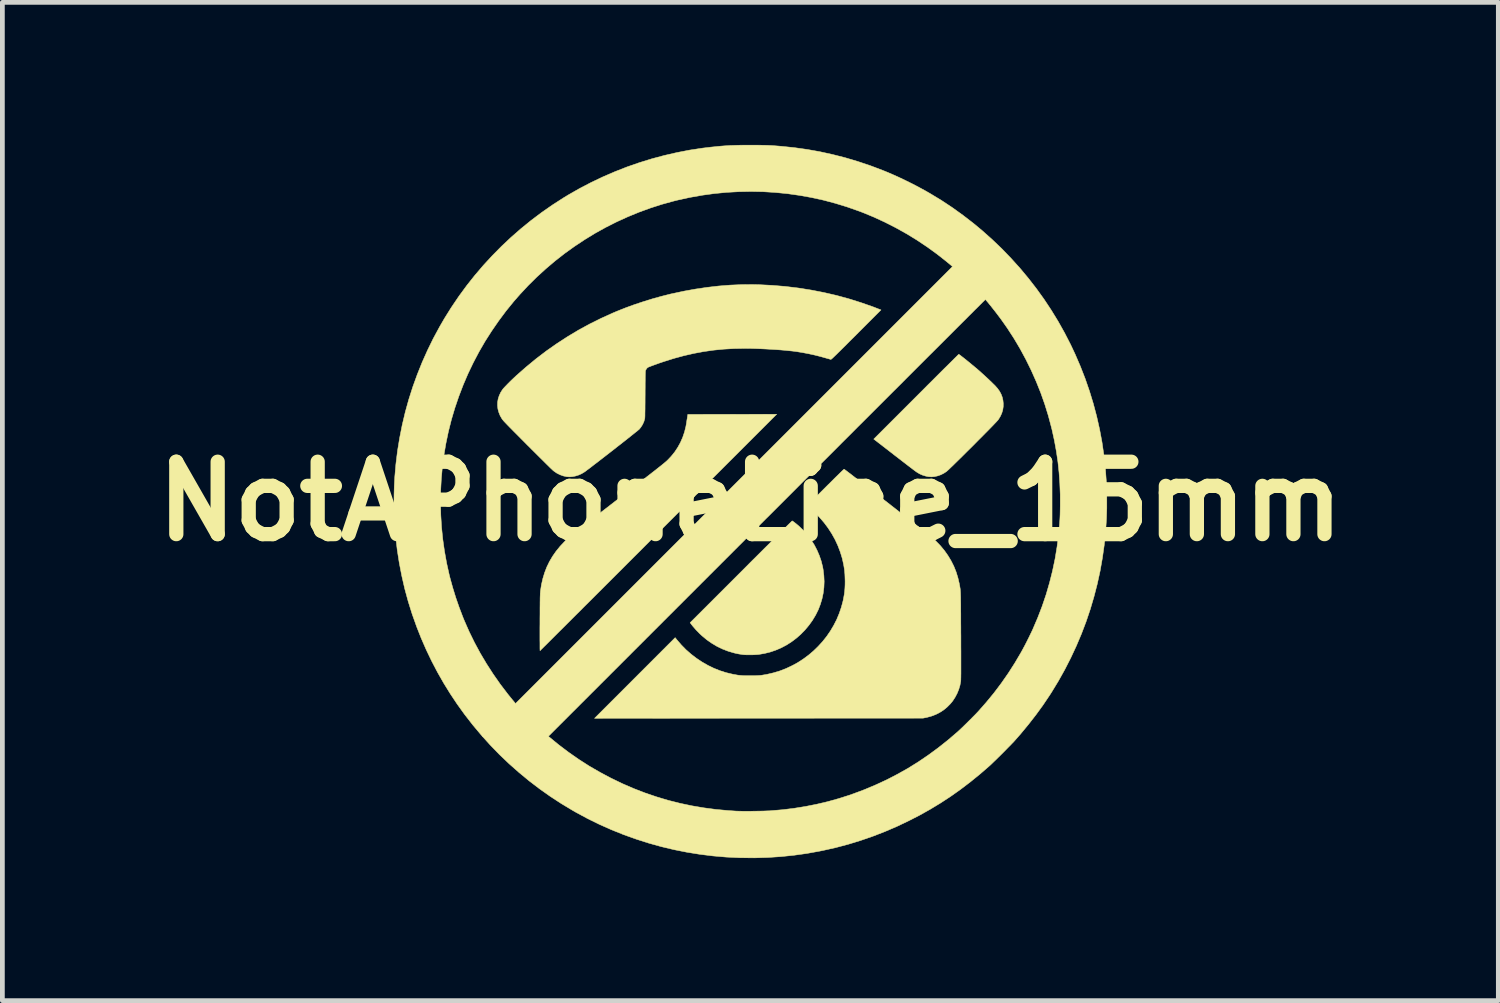
<source format=kicad_pcb>
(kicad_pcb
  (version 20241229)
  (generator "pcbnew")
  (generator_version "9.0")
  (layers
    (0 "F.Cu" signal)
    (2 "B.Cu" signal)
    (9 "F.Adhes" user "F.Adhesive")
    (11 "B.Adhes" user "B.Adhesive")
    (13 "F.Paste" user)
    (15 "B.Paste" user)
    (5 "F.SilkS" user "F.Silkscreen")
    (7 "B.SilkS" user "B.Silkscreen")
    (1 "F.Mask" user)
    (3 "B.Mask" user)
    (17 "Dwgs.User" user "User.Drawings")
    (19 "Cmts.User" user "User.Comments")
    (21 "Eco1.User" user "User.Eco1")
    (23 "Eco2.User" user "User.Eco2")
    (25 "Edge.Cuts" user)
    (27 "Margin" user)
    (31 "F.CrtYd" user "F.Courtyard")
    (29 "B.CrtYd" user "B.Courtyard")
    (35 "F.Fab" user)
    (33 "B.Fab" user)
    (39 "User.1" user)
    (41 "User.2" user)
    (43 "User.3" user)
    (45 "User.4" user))
  (footprint "NotAPhoneLine_15mm"
    (layer "F.Cu")
    (at 12.744 7.503)
    (property "Reference" "NotAPhoneLine_15mm" (at 0 0 0) (layer "F.SilkS") (effects (font (size 1.524 1.524) (thickness 0.3))))
    (attr through_hole)
    (fp_poly (pts (xy 0.886 0.414) (xy 0.899 0.422) (xy 0.918 0.436) (xy 0.94 0.453) (xy 0.964 0.472) (xy 0.989 0.493) (xy 1.013 0.513) (xy 1.035 0.533) (xy 1.124 0.619) (xy 1.205 0.712) (xy 1.279 0.811) (xy 1.345 0.916) (xy 1.402 1.026) (xy 1.451 1.14) (xy 1.491 1.257) (xy 1.521 1.376) (xy 1.532 1.437) (xy 1.547 1.563) (xy 1.553 1.687) (xy 1.548 1.81) (xy 1.533 1.932) (xy 1.508 2.051) (xy 1.473 2.167) (xy 1.429 2.281) (xy 1.374 2.392) (xy 1.31 2.498) (xy 1.307 2.504) (xy 1.231 2.609) (xy 1.148 2.708) (xy 1.059 2.799) (xy 0.964 2.882) (xy 0.864 2.957) (xy 0.759 3.024) (xy 0.649 3.082) (xy 0.535 3.131) (xy 0.418 3.171) (xy 0.297 3.201) (xy 0.174 3.222) (xy 0.163 3.223) (xy 0.137 3.225) (xy 0.102 3.227) (xy 0.063 3.229) (xy 0.02 3.23) (xy -0.023 3.23) (xy -0.064 3.23) (xy -0.1 3.229) (xy -0.129 3.228) (xy -0.138 3.227) (xy -0.166 3.224) (xy -0.202 3.218) (xy -0.242 3.212) (xy -0.282 3.204) (xy -0.319 3.196) (xy -0.347 3.189) (xy -0.469 3.153) (xy -0.588 3.107) (xy -0.702 3.052) (xy -0.811 2.987) (xy -0.916 2.914) (xy -1.016 2.831) (xy -1.069 2.782) (xy -1.143 2.706) (xy -1.208 2.631) (xy -1.241 2.59) (xy -1.268 2.553) (xy -0.196 1.482) (xy -0.108 1.394) (xy -0.022 1.307) (xy 0.062 1.223) (xy 0.144 1.142) (xy 0.223 1.063) (xy 0.299 0.987) (xy 0.372 0.915) (xy 0.441 0.846) (xy 0.506 0.781) (xy 0.566 0.72) (xy 0.623 0.664) (xy 0.674 0.613) (xy 0.721 0.567) (xy 0.762 0.526) (xy 0.797 0.491) (xy 0.827 0.462) (xy 0.85 0.439) (xy 0.867 0.423) (xy 0.877 0.413) (xy 0.88 0.41) (xy 0.886 0.414)) (stroke (width 0.01) (type solid)) (fill yes) (layer "F.SilkS"))
    (fp_poly (pts (xy 4.392 -3.093) (xy 4.406 -3.083) (xy 4.425 -3.069) (xy 4.45 -3.049) (xy 4.48 -3.026) (xy 4.513 -3) (xy 4.549 -2.971) (xy 4.587 -2.94) (xy 4.627 -2.908) (xy 4.666 -2.875) (xy 4.705 -2.843) (xy 4.743 -2.811) (xy 4.779 -2.781) (xy 4.811 -2.753) (xy 4.84 -2.728) (xy 4.844 -2.724) (xy 4.879 -2.692) (xy 4.918 -2.657) (xy 4.958 -2.62) (xy 4.998 -2.583) (xy 5.037 -2.546) (xy 5.074 -2.511) (xy 5.106 -2.479) (xy 5.134 -2.452) (xy 5.151 -2.435) (xy 5.203 -2.376) (xy 5.245 -2.317) (xy 5.277 -2.257) (xy 5.301 -2.195) (xy 5.316 -2.131) (xy 5.323 -2.063) (xy 5.322 -1.992) (xy 5.312 -1.923) (xy 5.292 -1.858) (xy 5.263 -1.793) (xy 5.224 -1.729) (xy 5.216 -1.717) (xy 5.208 -1.707) (xy 5.193 -1.691) (xy 5.172 -1.668) (xy 5.145 -1.64) (xy 5.113 -1.606) (xy 5.076 -1.568) (xy 5.035 -1.526) (xy 4.99 -1.48) (xy 4.941 -1.431) (xy 4.891 -1.38) (xy 4.838 -1.327) (xy 4.783 -1.272) (xy 4.728 -1.216) (xy 4.672 -1.16) (xy 4.616 -1.104) (xy 4.56 -1.049) (xy 4.506 -0.995) (xy 4.453 -0.942) (xy 4.402 -0.892) (xy 4.354 -0.845) (xy 4.309 -0.801) (xy 4.268 -0.76) (xy 4.231 -0.725) (xy 4.199 -0.694) (xy 4.172 -0.668) (xy 4.151 -0.649) (xy 4.136 -0.636) (xy 4.131 -0.631) (xy 4.072 -0.592) (xy 4.009 -0.56) (xy 3.944 -0.537) (xy 3.878 -0.522) (xy 3.812 -0.516) (xy 3.748 -0.52) (xy 3.748 -0.52) (xy 3.686 -0.533) (xy 3.622 -0.553) (xy 3.561 -0.58) (xy 3.506 -0.613) (xy 3.505 -0.613) (xy 3.496 -0.62) (xy 3.483 -0.629) (xy 3.468 -0.64) (xy 3.448 -0.655) (xy 3.425 -0.672) (xy 3.398 -0.693) (xy 3.365 -0.718) (xy 3.328 -0.746) (xy 3.285 -0.779) (xy 3.236 -0.817) (xy 3.18 -0.86) (xy 3.118 -0.908) (xy 3.049 -0.961) (xy 2.972 -1.021) (xy 2.923 -1.059) (xy 2.597 -1.311) (xy 3.489 -2.203) (xy 3.57 -2.284) (xy 3.648 -2.362) (xy 3.724 -2.439) (xy 3.798 -2.512) (xy 3.869 -2.583) (xy 3.937 -2.651) (xy 4.001 -2.715) (xy 4.061 -2.775) (xy 4.118 -2.831) (xy 4.17 -2.882) (xy 4.217 -2.929) (xy 4.259 -2.971) (xy 4.295 -3.007) (xy 4.326 -3.037) (xy 4.351 -3.062) (xy 4.369 -3.08) (xy 4.381 -3.091) (xy 4.386 -3.096) (xy 4.386 -3.096) (xy 4.392 -3.093)) (stroke (width 0.01) (type solid)) (fill yes) (layer "F.SilkS"))
    (fp_poly (pts (xy -1.935 0.654) (xy -2.07 0.789) (xy -2.203 0.922) (xy -2.334 1.054) (xy -2.463 1.182) (xy -2.59 1.309) (xy -2.713 1.433) (xy -2.835 1.554) (xy -2.953 1.672) (xy -3.068 1.787) (xy -3.18 1.899) (xy -3.288 2.007) (xy -3.393 2.112) (xy -3.494 2.212) (xy -3.59 2.309) (xy -3.683 2.401) (xy -3.771 2.489) (xy -3.854 2.572) (xy -3.932 2.65) (xy -4.006 2.723) (xy -4.074 2.791) (xy -4.137 2.854) (xy -4.194 2.911) (xy -4.245 2.962) (xy -4.29 3.007) (xy -4.33 3.046) (xy -4.363 3.079) (xy -4.389 3.105) (xy -4.409 3.124) (xy -4.421 3.137) (xy -4.427 3.142) (xy -4.427 3.143) (xy -4.428 3.137) (xy -4.428 3.123) (xy -4.429 3.099) (xy -4.429 3.066) (xy -4.429 3.026) (xy -4.429 2.979) (xy -4.43 2.925) (xy -4.43 2.866) (xy -4.43 2.801) (xy -4.43 2.732) (xy -4.43 2.659) (xy -4.429 2.582) (xy -4.429 2.552) (xy -4.429 2.458) (xy -4.428 2.374) (xy -4.428 2.3) (xy -4.428 2.234) (xy -4.427 2.176) (xy -4.427 2.125) (xy -4.426 2.081) (xy -4.426 2.043) (xy -4.425 2.01) (xy -4.424 1.982) (xy -4.423 1.959) (xy -4.423 1.939) (xy -4.421 1.922) (xy -4.42 1.908) (xy -4.419 1.895) (xy -4.419 1.891) (xy -4.398 1.755) (xy -4.368 1.624) (xy -4.33 1.499) (xy -4.284 1.38) (xy -4.228 1.265) (xy -4.163 1.155) (xy -4.089 1.049) (xy -4.006 0.947) (xy -3.919 0.854) (xy -3.907 0.842) (xy -3.895 0.83) (xy -3.884 0.819) (xy -3.873 0.808) (xy -3.861 0.797) (xy -3.849 0.786) (xy -3.836 0.774) (xy -3.822 0.762) (xy -3.805 0.748) (xy -3.787 0.732) (xy -3.767 0.715) (xy -3.743 0.696) (xy -3.717 0.675) (xy -3.687 0.651) (xy -3.653 0.625) (xy -3.616 0.595) (xy -3.573 0.562) (xy -3.526 0.525) (xy -3.474 0.485) (xy -3.416 0.44) (xy -3.353 0.391) (xy -3.283 0.336) (xy -3.206 0.277) (xy -3.123 0.213) (xy -3.032 0.143) (xy -2.934 0.067) (xy -2.854 0.005) (xy -2.742 -0.081) (xy -2.638 -0.162) (xy -2.541 -0.237) (xy -2.452 -0.306) (xy -2.37 -0.37) (xy -2.294 -0.428) (xy -2.225 -0.482) (xy -2.162 -0.531) (xy -2.105 -0.575) (xy -2.053 -0.616) (xy -2.006 -0.652) (xy -1.965 -0.685) (xy -1.928 -0.714) (xy -1.895 -0.74) (xy -1.866 -0.763) (xy -1.841 -0.784) (xy -1.819 -0.801) (xy -1.801 -0.817) (xy -1.785 -0.83) (xy -1.771 -0.842) (xy -1.76 -0.852) (xy -1.751 -0.86) (xy -1.748 -0.863) (xy -1.665 -0.95) (xy -1.591 -1.042) (xy -1.527 -1.139) (xy -1.471 -1.241) (xy -1.424 -1.349) (xy -1.386 -1.461) (xy -1.357 -1.578) (xy -1.345 -1.648) (xy -1.34 -1.681) (xy -1.335 -1.716) (xy -1.329 -1.749) (xy -1.325 -1.776) (xy -1.325 -1.776) (xy -1.317 -1.831) (xy -0.382 -1.832) (xy 0.553 -1.834) (xy -1.935 0.654)) (stroke (width 0.01) (type solid)) (fill yes) (layer "F.SilkS"))
    (fp_poly (pts (xy 1.978 -0.674) (xy 1.992 -0.664) (xy 2.012 -0.649) (xy 2.04 -0.628) (xy 2.074 -0.602) (xy 2.114 -0.572) (xy 2.159 -0.537) (xy 2.209 -0.498) (xy 2.264 -0.456) (xy 2.323 -0.41) (xy 2.386 -0.362) (xy 2.452 -0.311) (xy 2.52 -0.258) (xy 2.591 -0.203) (xy 2.664 -0.147) (xy 2.738 -0.089) (xy 2.813 -0.031) (xy 2.888 0.027) (xy 2.963 0.086) (xy 3.038 0.144) (xy 3.112 0.202) (xy 3.185 0.259) (xy 3.256 0.314) (xy 3.325 0.367) (xy 3.391 0.419) (xy 3.453 0.468) (xy 3.512 0.514) (xy 3.568 0.557) (xy 3.618 0.597) (xy 3.664 0.633) (xy 3.704 0.665) (xy 3.738 0.692) (xy 3.766 0.714) (xy 3.787 0.731) (xy 3.797 0.739) (xy 3.901 0.832) (xy 3.996 0.929) (xy 4.081 1.031) (xy 4.157 1.138) (xy 4.224 1.249) (xy 4.282 1.364) (xy 4.33 1.484) (xy 4.368 1.607) (xy 4.397 1.73) (xy 4.4 1.75) (xy 4.404 1.767) (xy 4.407 1.784) (xy 4.41 1.8) (xy 4.412 1.815) (xy 4.415 1.831) (xy 4.417 1.848) (xy 4.419 1.866) (xy 4.42 1.885) (xy 4.422 1.907) (xy 4.423 1.932) (xy 4.424 1.961) (xy 4.425 1.993) (xy 4.426 2.03) (xy 4.426 2.072) (xy 4.427 2.119) (xy 4.428 2.172) (xy 4.428 2.231) (xy 4.428 2.298) (xy 4.429 2.372) (xy 4.429 2.454) (xy 4.429 2.544) (xy 4.43 2.644) (xy 4.43 2.753) (xy 4.431 2.826) (xy 4.431 2.946) (xy 4.431 3.057) (xy 4.432 3.158) (xy 4.432 3.249) (xy 4.432 3.332) (xy 4.432 3.407) (xy 4.432 3.473) (xy 4.432 3.532) (xy 4.432 3.584) (xy 4.432 3.629) (xy 4.431 3.667) (xy 4.431 3.7) (xy 4.43 3.727) (xy 4.43 3.748) (xy 4.429 3.765) (xy 4.428 3.777) (xy 4.428 3.784) (xy 4.412 3.872) (xy 4.386 3.959) (xy 4.351 4.044) (xy 4.308 4.125) (xy 4.257 4.203) (xy 4.211 4.259) (xy 4.144 4.327) (xy 4.071 4.388) (xy 3.991 4.44) (xy 3.906 4.484) (xy 3.815 4.519) (xy 3.718 4.546) (xy 3.692 4.551) (xy 3.633 4.563) (xy 0.177 4.564) (xy -3.28 4.566) (xy -1.583 2.868) (xy -1.547 2.913) (xy -1.454 3.021) (xy -1.355 3.122) (xy -1.249 3.215) (xy -1.137 3.301) (xy -1.02 3.379) (xy -0.899 3.449) (xy -0.774 3.51) (xy -0.645 3.562) (xy -0.514 3.604) (xy -0.38 3.636) (xy -0.358 3.641) (xy -0.316 3.648) (xy -0.279 3.655) (xy -0.244 3.66) (xy -0.211 3.663) (xy -0.176 3.666) (xy -0.139 3.668) (xy -0.096 3.669) (xy -0.047 3.669) (xy -0.005 3.669) (xy 0.05 3.669) (xy 0.098 3.669) (xy 0.138 3.667) (xy 0.175 3.665) (xy 0.209 3.663) (xy 0.242 3.659) (xy 0.277 3.653) (xy 0.316 3.647) (xy 0.348 3.641) (xy 0.485 3.609) (xy 0.619 3.569) (xy 0.749 3.519) (xy 0.874 3.46) (xy 0.996 3.394) (xy 1.112 3.319) (xy 1.223 3.237) (xy 1.328 3.148) (xy 1.427 3.052) (xy 1.52 2.95) (xy 1.606 2.842) (xy 1.684 2.728) (xy 1.754 2.61) (xy 1.817 2.487) (xy 1.87 2.359) (xy 1.915 2.228) (xy 1.951 2.093) (xy 1.965 2.021) (xy 1.977 1.953) (xy 1.985 1.889) (xy 1.99 1.825) (xy 1.993 1.758) (xy 1.994 1.686) (xy 1.993 1.644) (xy 1.991 1.585) (xy 1.989 1.533) (xy 1.985 1.487) (xy 1.981 1.443) (xy 1.974 1.398) (xy 1.966 1.35) (xy 1.963 1.332) (xy 1.933 1.197) (xy 1.892 1.064) (xy 1.842 0.933) (xy 1.783 0.805) (xy 1.714 0.681) (xy 1.637 0.562) (xy 1.552 0.448) (xy 1.458 0.339) (xy 1.397 0.275) (xy 1.36 0.239) (xy 1.323 0.205) (xy 1.283 0.17) (xy 1.239 0.132) (xy 1.205 0.105) (xy 1.192 0.094) (xy 1.579 -0.293) (xy 1.632 -0.346) (xy 1.683 -0.396) (xy 1.731 -0.444) (xy 1.776 -0.489) (xy 1.818 -0.53) (xy 1.856 -0.567) (xy 1.889 -0.6) (xy 1.918 -0.628) (xy 1.941 -0.65) (xy 1.958 -0.666) (xy 1.969 -0.675) (xy 1.972 -0.678) (xy 1.978 -0.674)) (stroke (width 0.01) (type solid)) (fill yes) (layer "F.SilkS"))
    (fp_poly (pts (xy 0.18 -4.561) (xy 0.459 -4.547) (xy 0.735 -4.524) (xy 1.009 -4.491) (xy 1.28 -4.448) (xy 1.547 -4.396) (xy 1.812 -4.335) (xy 2.072 -4.264) (xy 2.327 -4.184) (xy 2.579 -4.096) (xy 2.669 -4.061) (xy 2.749 -4.03) (xy 2.228 -3.508) (xy 2.155 -3.435) (xy 2.088 -3.369) (xy 2.029 -3.309) (xy 1.976 -3.256) (xy 1.928 -3.209) (xy 1.887 -3.168) (xy 1.85 -3.132) (xy 1.819 -3.101) (xy 1.791 -3.074) (xy 1.768 -3.052) (xy 1.749 -3.034) (xy 1.734 -3.019) (xy 1.721 -3.008) (xy 1.711 -2.999) (xy 1.704 -2.994) (xy 1.699 -2.99) (xy 1.695 -2.988) (xy 1.693 -2.988) (xy 1.684 -2.99) (xy 1.667 -2.995) (xy 1.644 -3.002) (xy 1.617 -3.009) (xy 1.6 -3.014) (xy 1.479 -3.048) (xy 1.352 -3.08) (xy 1.224 -3.108) (xy 1.097 -3.132) (xy 0.974 -3.152) (xy 0.891 -3.163) (xy 0.812 -3.171) (xy 0.724 -3.18) (xy 0.63 -3.188) (xy 0.531 -3.195) (xy 0.428 -3.201) (xy 0.325 -3.207) (xy 0.221 -3.212) (xy 0.12 -3.216) (xy 0.022 -3.219) (xy -0.069 -3.22) (xy -0.127 -3.22) (xy -0.346 -3.216) (xy -0.561 -3.204) (xy -0.773 -3.183) (xy -0.983 -3.153) (xy -1.192 -3.114) (xy -1.401 -3.066) (xy -1.611 -3.009) (xy -1.824 -2.942) (xy -1.862 -2.929) (xy -1.907 -2.914) (xy -1.952 -2.898) (xy -1.996 -2.882) (xy -2.038 -2.867) (xy -2.076 -2.853) (xy -2.109 -2.84) (xy -2.135 -2.83) (xy -2.153 -2.822) (xy -2.157 -2.82) (xy -2.174 -2.806) (xy -2.19 -2.785) (xy -2.204 -2.76) (xy -2.208 -2.747) (xy -2.209 -2.738) (xy -2.21 -2.72) (xy -2.211 -2.691) (xy -2.212 -2.653) (xy -2.213 -2.606) (xy -2.213 -2.549) (xy -2.214 -2.484) (xy -2.214 -2.41) (xy -2.215 -2.328) (xy -2.215 -2.252) (xy -2.216 -2.16) (xy -2.216 -2.079) (xy -2.217 -2.007) (xy -2.217 -1.945) (xy -2.218 -1.891) (xy -2.219 -1.847) (xy -2.219 -1.81) (xy -2.22 -1.782) (xy -2.221 -1.761) (xy -2.222 -1.748) (xy -2.223 -1.743) (xy -2.241 -1.679) (xy -2.269 -1.617) (xy -2.305 -1.56) (xy -2.339 -1.518) (xy -2.347 -1.511) (xy -2.363 -1.498) (xy -2.385 -1.479) (xy -2.415 -1.456) (xy -2.45 -1.428) (xy -2.49 -1.396) (xy -2.535 -1.36) (xy -2.584 -1.321) (xy -2.636 -1.28) (xy -2.692 -1.236) (xy -2.749 -1.191) (xy -2.809 -1.145) (xy -2.869 -1.097) (xy -2.93 -1.05) (xy -2.991 -1.002) (xy -3.051 -0.956) (xy -3.11 -0.91) (xy -3.167 -0.866) (xy -3.222 -0.823) (xy -3.274 -0.784) (xy -3.322 -0.747) (xy -3.365 -0.713) (xy -3.404 -0.684) (xy -3.438 -0.659) (xy -3.465 -0.638) (xy -3.486 -0.623) (xy -3.498 -0.615) (xy -3.555 -0.581) (xy -3.616 -0.554) (xy -3.679 -0.534) (xy -3.743 -0.521) (xy -3.804 -0.516) (xy -3.863 -0.519) (xy -3.863 -0.519) (xy -3.936 -0.535) (xy -4.006 -0.56) (xy -4.074 -0.594) (xy -4.139 -0.639) (xy -4.149 -0.648) (xy -4.158 -0.655) (xy -4.173 -0.67) (xy -4.195 -0.69) (xy -4.223 -0.717) (xy -4.256 -0.75) (xy -4.294 -0.787) (xy -4.336 -0.829) (xy -4.383 -0.876) (xy -4.434 -0.926) (xy -4.487 -0.979) (xy -4.543 -1.035) (xy -4.602 -1.093) (xy -4.662 -1.154) (xy -4.694 -1.185) (xy -4.766 -1.258) (xy -4.832 -1.324) (xy -4.89 -1.383) (xy -4.943 -1.436) (xy -4.99 -1.483) (xy -5.031 -1.525) (xy -5.067 -1.561) (xy -5.098 -1.593) (xy -5.125 -1.621) (xy -5.148 -1.645) (xy -5.168 -1.666) (xy -5.184 -1.683) (xy -5.197 -1.697) (xy -5.207 -1.71) (xy -5.216 -1.72) (xy -5.222 -1.729) (xy -5.228 -1.736) (xy -5.228 -1.737) (xy -5.267 -1.804) (xy -5.295 -1.874) (xy -5.314 -1.944) (xy -5.322 -2.015) (xy -5.321 -2.086) (xy -5.309 -2.156) (xy -5.287 -2.225) (xy -5.256 -2.292) (xy -5.217 -2.353) (xy -5.204 -2.37) (xy -5.184 -2.392) (xy -5.159 -2.419) (xy -5.129 -2.45) (xy -5.096 -2.484) (xy -5.06 -2.52) (xy -5.022 -2.557) (xy -4.983 -2.594) (xy -4.945 -2.629) (xy -4.932 -2.642) (xy -4.724 -2.825) (xy -4.513 -2.999) (xy -4.297 -3.164) (xy -4.076 -3.319) (xy -3.85 -3.466) (xy -3.62 -3.604) (xy -3.384 -3.733) (xy -3.142 -3.853) (xy -2.895 -3.965) (xy -2.795 -4.007) (xy -2.621 -4.076) (xy -2.44 -4.142) (xy -2.253 -4.204) (xy -2.063 -4.263) (xy -1.872 -4.316) (xy -1.682 -4.364) (xy -1.64 -4.373) (xy -1.397 -4.425) (xy -1.153 -4.469) (xy -0.909 -4.505) (xy -0.667 -4.533) (xy -0.427 -4.552) (xy -0.19 -4.562) (xy 0.043 -4.564) (xy 0.18 -4.561)) (stroke (width 0.01) (type solid)) (fill yes) (layer "F.SilkS"))
    (fp_poly (pts (xy 0.076 -7.498) (xy 0.143 -7.498) (xy 0.202 -7.497) (xy 0.256 -7.496) (xy 0.305 -7.495) (xy 0.351 -7.494) (xy 0.396 -7.492) (xy 0.44 -7.49) (xy 0.486 -7.487) (xy 0.535 -7.483) (xy 0.588 -7.479) (xy 0.647 -7.474) (xy 0.649 -7.474) (xy 0.921 -7.446) (xy 1.192 -7.408) (xy 1.462 -7.36) (xy 1.731 -7.301) (xy 1.998 -7.233) (xy 2.263 -7.154) (xy 2.525 -7.066) (xy 2.784 -6.968) (xy 2.839 -6.946) (xy 2.974 -6.889) (xy 3.115 -6.826) (xy 3.258 -6.758) (xy 3.402 -6.687) (xy 3.542 -6.614) (xy 3.678 -6.54) (xy 3.781 -6.481) (xy 4.019 -6.337) (xy 4.25 -6.184) (xy 4.475 -6.022) (xy 4.694 -5.853) (xy 4.877 -5.701) (xy 5.087 -5.514) (xy 5.29 -5.32) (xy 5.484 -5.119) (xy 5.671 -4.912) (xy 5.849 -4.699) (xy 6.019 -4.48) (xy 6.181 -4.255) (xy 6.334 -4.024) (xy 6.479 -3.787) (xy 6.614 -3.546) (xy 6.741 -3.299) (xy 6.834 -3.101) (xy 6.945 -2.844) (xy 7.046 -2.585) (xy 7.137 -2.322) (xy 7.218 -2.057) (xy 7.289 -1.789) (xy 7.35 -1.519) (xy 7.401 -1.247) (xy 7.441 -0.973) (xy 7.472 -0.697) (xy 7.492 -0.419) (xy 7.502 -0.139) (xy 7.502 0.142) (xy 7.495 0.366) (xy 7.477 0.644) (xy 7.448 0.92) (xy 7.409 1.194) (xy 7.361 1.466) (xy 7.302 1.736) (xy 7.233 2.003) (xy 7.155 2.268) (xy 7.067 2.529) (xy 6.969 2.787) (xy 6.861 3.042) (xy 6.744 3.293) (xy 6.618 3.54) (xy 6.482 3.783) (xy 6.337 4.021) (xy 6.301 4.077) (xy 6.162 4.284) (xy 6.014 4.488) (xy 5.857 4.69) (xy 5.691 4.891) (xy 5.564 5.036) (xy 5.541 5.061) (xy 5.511 5.092) (xy 5.477 5.128) (xy 5.437 5.168) (xy 5.395 5.211) (xy 5.35 5.257) (xy 5.304 5.303) (xy 5.258 5.349) (xy 5.213 5.393) (xy 5.17 5.436) (xy 5.129 5.475) (xy 5.093 5.51) (xy 5.062 5.54) (xy 5.037 5.563) (xy 5.036 5.564) (xy 4.834 5.739) (xy 4.63 5.905) (xy 4.424 6.062) (xy 4.215 6.21) (xy 4.001 6.35) (xy 3.783 6.482) (xy 3.558 6.608) (xy 3.337 6.721) (xy 3.086 6.841) (xy 2.832 6.95) (xy 2.577 7.049) (xy 2.319 7.138) (xy 2.058 7.218) (xy 1.794 7.288) (xy 1.527 7.348) (xy 1.457 7.362) (xy 1.186 7.411) (xy 0.914 7.449) (xy 0.642 7.477) (xy 0.368 7.495) (xy 0.093 7.503) (xy -0.185 7.501) (xy -0.231 7.5) (xy -0.509 7.487) (xy -0.786 7.463) (xy -1.061 7.429) (xy -1.334 7.385) (xy -1.606 7.331) (xy -1.875 7.267) (xy -2.141 7.193) (xy -2.404 7.109) (xy -2.665 7.016) (xy -2.921 6.913) (xy -3.175 6.8) (xy -3.424 6.678) (xy -3.669 6.546) (xy -3.742 6.504) (xy -3.98 6.361) (xy -4.213 6.209) (xy -4.439 6.049) (xy -4.659 5.881) (xy -4.873 5.704) (xy -5.081 5.52) (xy -5.282 5.328) (xy -5.476 5.128) (xy -5.641 4.945) (xy -4.252 4.945) (xy -4.235 4.959) (xy -4.031 5.126) (xy -3.822 5.284) (xy -3.608 5.433) (xy -3.389 5.573) (xy -3.164 5.703) (xy -2.935 5.825) (xy -2.924 5.83) (xy -2.69 5.943) (xy -2.454 6.045) (xy -2.216 6.137) (xy -1.975 6.219) (xy -1.731 6.292) (xy -1.485 6.354) (xy -1.235 6.407) (xy -0.982 6.45) (xy -0.725 6.484) (xy -0.465 6.508) (xy -0.299 6.519) (xy -0.264 6.52) (xy -0.22 6.521) (xy -0.169 6.522) (xy -0.112 6.522) (xy -0.051 6.522) (xy 0.013 6.522) (xy 0.078 6.521) (xy 0.143 6.52) (xy 0.206 6.519) (xy 0.265 6.518) (xy 0.32 6.516) (xy 0.368 6.514) (xy 0.408 6.513) (xy 0.426 6.511) (xy 0.677 6.49) (xy 0.922 6.46) (xy 1.163 6.421) (xy 1.399 6.374) (xy 1.632 6.319) (xy 1.864 6.254) (xy 2.093 6.181) (xy 2.323 6.097) (xy 2.408 6.064) (xy 2.643 5.965) (xy 2.874 5.858) (xy 3.099 5.741) (xy 3.32 5.617) (xy 3.535 5.483) (xy 3.747 5.339) (xy 3.954 5.187) (xy 4.158 5.025) (xy 4.359 4.853) (xy 4.366 4.847) (xy 4.393 4.822) (xy 4.427 4.79) (xy 4.465 4.754) (xy 4.506 4.714) (xy 4.55 4.671) (xy 4.594 4.627) (xy 4.638 4.584) (xy 4.68 4.541) (xy 4.72 4.501) (xy 4.755 4.465) (xy 4.784 4.434) (xy 4.792 4.426) (xy 4.963 4.232) (xy 5.126 4.034) (xy 5.28 3.83) (xy 5.427 3.619) (xy 5.566 3.402) (xy 5.698 3.178) (xy 5.703 3.169) (xy 5.725 3.129) (xy 5.75 3.082) (xy 5.778 3.03) (xy 5.807 2.974) (xy 5.836 2.916) (xy 5.865 2.858) (xy 5.892 2.802) (xy 5.917 2.751) (xy 5.938 2.706) (xy 5.946 2.688) (xy 6.049 2.447) (xy 6.142 2.205) (xy 6.225 1.96) (xy 6.297 1.712) (xy 6.36 1.462) (xy 6.413 1.21) (xy 6.455 0.955) (xy 6.488 0.697) (xy 6.5 0.566) (xy 6.505 0.511) (xy 6.509 0.461) (xy 6.512 0.415) (xy 6.515 0.37) (xy 6.517 0.325) (xy 6.519 0.278) (xy 6.52 0.227) (xy 6.521 0.169) (xy 6.522 0.103) (xy 6.522 0.088) (xy 6.522 -0.148) (xy 6.513 -0.379) (xy 6.497 -0.606) (xy 6.473 -0.831) (xy 6.44 -1.055) (xy 6.399 -1.28) (xy 6.349 -1.508) (xy 6.337 -1.556) (xy 6.272 -1.801) (xy 6.197 -2.043) (xy 6.112 -2.284) (xy 6.017 -2.521) (xy 5.913 -2.755) (xy 5.8 -2.985) (xy 5.678 -3.211) (xy 5.547 -3.432) (xy 5.407 -3.648) (xy 5.281 -3.827) (xy 5.259 -3.857) (xy 5.234 -3.89) (xy 5.207 -3.926) (xy 5.178 -3.964) (xy 5.148 -4.003) (xy 5.117 -4.042) (xy 5.087 -4.08) (xy 5.059 -4.116) (xy 5.031 -4.149) (xy 5.007 -4.18) (xy 4.985 -4.205) (xy 4.968 -4.226) (xy 4.955 -4.24) (xy 4.947 -4.248) (xy 4.946 -4.249) (xy 4.942 -4.245) (xy 4.931 -4.234) (xy 4.913 -4.216) (xy 4.888 -4.192) (xy 4.856 -4.16) (xy 4.818 -4.122) (xy 4.773 -4.077) (xy 4.721 -4.026) (xy 4.664 -3.968) (xy 4.6 -3.905) (xy 4.531 -3.835) (xy 4.455 -3.76) (xy 4.374 -3.679) (xy 4.288 -3.593) (xy 4.196 -3.501) (xy 4.098 -3.403) (xy 3.996 -3.301) (xy 3.889 -3.194) (xy 3.776 -3.082) (xy 3.659 -2.965) (xy 3.538 -2.844) (xy 3.412 -2.718) (xy 3.282 -2.588) (xy 3.148 -2.453) (xy 3.009 -2.315) (xy 2.867 -2.173) (xy 2.721 -2.027) (xy 2.572 -1.878) (xy 2.419 -1.725) (xy 2.262 -1.569) (xy 2.103 -1.409) (xy 1.94 -1.247) (xy 1.775 -1.081) (xy 1.607 -0.913) (xy 1.436 -0.743) (xy 1.263 -0.569) (xy 1.087 -0.394) (xy 0.91 -0.216) (xy 0.73 -0.036) (xy 0.548 0.146) (xy 0.365 0.329) (xy 0.345 0.348) (xy -4.252 4.945) (xy -5.641 4.945) (xy -5.662 4.921) (xy -5.841 4.708) (xy -6.013 4.487) (xy -6.172 4.266) (xy -6.316 4.05) (xy -6.454 3.827) (xy -6.585 3.597) (xy -6.708 3.362) (xy -6.823 3.122) (xy -6.929 2.879) (xy -7.026 2.634) (xy -7.026 2.633) (xy -7.119 2.372) (xy -7.202 2.107) (xy -7.275 1.839) (xy -7.337 1.569) (xy -7.39 1.296) (xy -7.433 1.022) (xy -7.465 0.746) (xy -7.482 0.548) (xy -7.492 0.38) (xy -7.498 0.207) (xy -7.501 0.033) (xy -6.522 0.033) (xy -6.516 0.289) (xy -6.5 0.545) (xy -6.474 0.799) (xy -6.438 1.051) (xy -6.393 1.301) (xy -6.338 1.548) (xy -6.321 1.615) (xy -6.264 1.821) (xy -6.2 2.028) (xy -6.129 2.232) (xy -6.053 2.432) (xy -6.023 2.506) (xy -5.92 2.74) (xy -5.807 2.971) (xy -5.685 3.197) (xy -5.553 3.419) (xy -5.413 3.636) (xy -5.264 3.849) (xy -5.107 4.055) (xy -5.013 4.171) (xy -4.943 4.255) (xy -0.344 -0.344) (xy 4.254 -4.942) (xy 4.227 -4.966) (xy 4.214 -4.977) (xy 4.194 -4.994) (xy 4.171 -5.013) (xy 4.146 -5.033) (xy 4.135 -5.043) (xy 3.932 -5.203) (xy 3.722 -5.355) (xy 3.507 -5.499) (xy 3.286 -5.634) (xy 3.06 -5.76) (xy 2.83 -5.877) (xy 2.596 -5.985) (xy 2.358 -6.083) (xy 2.272 -6.115) (xy 2.03 -6.2) (xy 1.784 -6.275) (xy 1.536 -6.341) (xy 1.285 -6.396) (xy 1.033 -6.441) (xy 0.779 -6.477) (xy 0.524 -6.502) (xy 0.268 -6.518) (xy 0.011 -6.523) (xy -0.245 -6.518) (xy -0.502 -6.504) (xy -0.758 -6.479) (xy -1.014 -6.444) (xy -1.268 -6.399) (xy -1.521 -6.344) (xy -1.614 -6.321) (xy -1.861 -6.253) (xy -2.104 -6.175) (xy -2.345 -6.087) (xy -2.581 -5.99) (xy -2.814 -5.884) (xy -3.042 -5.769) (xy -3.266 -5.645) (xy -3.484 -5.512) (xy -3.698 -5.37) (xy -3.906 -5.221) (xy -4.108 -5.063) (xy -4.304 -4.897) (xy -4.494 -4.724) (xy -4.677 -4.543) (xy -4.853 -4.354) (xy -4.978 -4.211) (xy -5.143 -4.008) (xy -5.298 -3.8) (xy -5.445 -3.587) (xy -5.584 -3.369) (xy -5.713 -3.146) (xy -5.833 -2.918) (xy -5.944 -2.686) (xy -6.045 -2.45) (xy -6.137 -2.21) (xy -6.22 -1.966) (xy -6.293 -1.72) (xy -6.356 -1.47) (xy -6.409 -1.217) (xy -6.448 -0.987) (xy -6.482 -0.734) (xy -6.505 -0.479) (xy -6.519 -0.223) (xy -6.522 0.033) (xy -7.501 0.033) (xy -7.501 0.03) (xy -7.5 -0.147) (xy -7.495 -0.321) (xy -7.486 -0.489) (xy -7.485 -0.509) (xy -7.461 -0.787) (xy -7.427 -1.063) (xy -7.382 -1.337) (xy -7.328 -1.609) (xy -7.264 -1.879) (xy -7.19 -2.145) (xy -7.106 -2.409) (xy -7.012 -2.669) (xy -6.909 -2.926) (xy -6.796 -3.179) (xy -6.674 -3.429) (xy -6.542 -3.673) (xy -6.439 -3.851) (xy -6.292 -4.086) (xy -6.137 -4.315) (xy -5.973 -4.539) (xy -5.801 -4.756) (xy -5.622 -4.966) (xy -5.434 -5.17) (xy -5.24 -5.367) (xy -5.038 -5.557) (xy -4.83 -5.739) (xy -4.615 -5.914) (xy -4.393 -6.081) (xy -4.166 -6.239) (xy -3.933 -6.389) (xy -3.833 -6.45) (xy -3.596 -6.585) (xy -3.353 -6.712) (xy -3.105 -6.83) (xy -2.853 -6.939) (xy -2.598 -7.039) (xy -2.339 -7.129) (xy -2.077 -7.21) (xy -1.812 -7.281) (xy -1.546 -7.342) (xy -1.278 -7.394) (xy -1.009 -7.435) (xy -0.834 -7.456) (xy -0.753 -7.464) (xy -0.68 -7.472) (xy -0.611 -7.478) (xy -0.545 -7.483) (xy -0.482 -7.487) (xy -0.418 -7.491) (xy -0.353 -7.493) (xy -0.284 -7.495) (xy -0.211 -7.497) (xy -0.131 -7.498) (xy -0.043 -7.498) (xy 0 -7.498) (xy 0.076 -7.498)) (stroke (width 0.01) (type solid)) (fill yes) (layer "F.SilkS")))
  (gr_rect
    (start -3 -3)
    (end 28.487 18.011)
    (stroke (width 0.1) (type default))
    (fill no)
    (layer "Edge.Cuts")))
</source>
